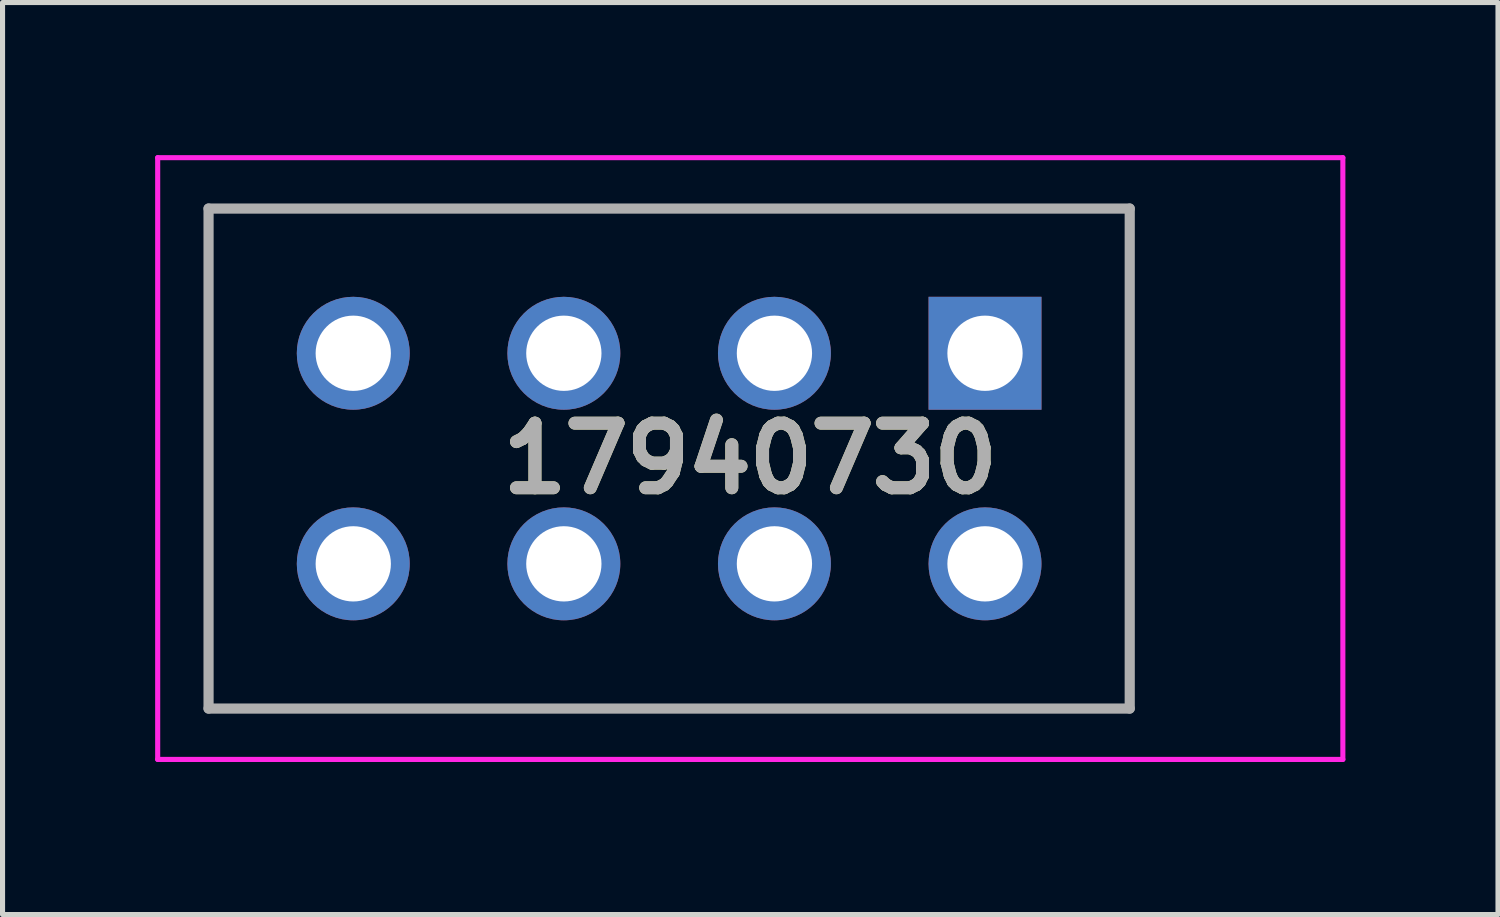
<source format=kicad_pcb>
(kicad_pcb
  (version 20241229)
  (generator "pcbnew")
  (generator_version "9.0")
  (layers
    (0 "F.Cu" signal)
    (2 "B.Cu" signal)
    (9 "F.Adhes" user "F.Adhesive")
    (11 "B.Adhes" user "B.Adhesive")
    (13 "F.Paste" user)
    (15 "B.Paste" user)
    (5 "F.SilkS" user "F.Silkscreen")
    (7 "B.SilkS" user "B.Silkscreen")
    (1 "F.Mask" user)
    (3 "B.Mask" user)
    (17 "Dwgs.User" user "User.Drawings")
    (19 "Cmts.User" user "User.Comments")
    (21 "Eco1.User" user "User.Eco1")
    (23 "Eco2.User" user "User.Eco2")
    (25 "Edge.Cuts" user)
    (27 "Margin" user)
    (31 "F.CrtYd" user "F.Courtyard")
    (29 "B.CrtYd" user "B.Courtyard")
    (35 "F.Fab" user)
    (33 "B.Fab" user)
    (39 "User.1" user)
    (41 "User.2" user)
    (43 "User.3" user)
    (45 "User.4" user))
  (footprint "17940730"
    (layer "F.Cu")
    (at 16.315 3.965)
    (property "Reference" "17940730" (at -4.615 2 0) (layer "F.SilkS") (effects (font (size 1.27 1.27) (thickness 0.254))))
    (attr through_hole)
    (fp_line (start -15.265 -2.915) (end -15.265 6.915) (stroke (width 0.1) (type solid)) (layer "F.SilkS"))
    (fp_line (start -15.265 6.915) (end 2.845 6.915) (stroke (width 0.1) (type solid)) (layer "F.SilkS"))
    (fp_line (start -15.21 -2.915) (end -15.265 -2.915) (stroke (width 0.1) (type solid)) (layer "F.SilkS"))
    (fp_line (start 2.845 -2.915) (end -15.21 -2.915) (stroke (width 0.1) (type solid)) (layer "F.SilkS"))
    (fp_line (start 2.845 -1) (end 2.845 -2.915) (stroke (width 0.1) (type solid)) (layer "F.SilkS"))
    (fp_line (start 2.845 6.915) (end 2.845 1) (stroke (width 0.1) (type solid)) (layer "F.SilkS"))
    (fp_line (start -16.265 -3.915) (end 7.035 -3.915) (stroke (width 0.1) (type solid)) (layer "F.CrtYd"))
    (fp_line (start -16.265 7.915) (end -16.265 -3.915) (stroke (width 0.1) (type solid)) (layer "F.CrtYd"))
    (fp_line (start 7.035 -3.915) (end 7.035 7.915) (stroke (width 0.1) (type solid)) (layer "F.CrtYd"))
    (fp_line (start 7.035 7.915) (end -16.265 7.915) (stroke (width 0.1) (type solid)) (layer "F.CrtYd"))
    (fp_line (start -15.265 -2.915) (end 2.845 -2.915) (stroke (width 0.2) (type solid)) (layer "F.Fab"))
    (fp_line (start -15.265 6.915) (end -15.265 -2.915) (stroke (width 0.2) (type solid)) (layer "F.Fab"))
    (fp_line (start 2.845 -2.915) (end 2.845 6.915) (stroke (width 0.2) (type solid)) (layer "F.Fab"))
    (fp_line (start 2.845 6.915) (end -15.265 6.915) (stroke (width 0.2) (type solid)) (layer "F.Fab"))
    (fp_text user "${REFERENCE}" (at -4.615 2 0) (layer "F.Fab") (effects (font (size 1.27 1.27) (thickness 0.254))))
    (pad "" np_thru_hole circle (at 4.45 -0.07) (size 0.001 0.001) (drill 3.17) (layers "*.Cu" "*.Mask"))
    (pad "1" thru_hole rect (at 0 -0.07) (size 2.22 2.22) (drill 1.48) (layers "*.Cu" "*.Mask"))
    (pad "2" thru_hole circle (at -4.14 -0.07) (size 2.22 2.22) (drill 1.48) (layers "*.Cu" "*.Mask"))
    (pad "3" thru_hole circle (at -8.28 -0.07) (size 2.22 2.22) (drill 1.48) (layers "*.Cu" "*.Mask"))
    (pad "4" thru_hole circle (at -12.42 -0.07) (size 2.22 2.22) (drill 1.48) (layers "*.Cu" "*.Mask"))
    (pad "5" thru_hole circle (at 0 4.07) (size 2.22 2.22) (drill 1.48) (layers "*.Cu" "*.Mask"))
    (pad "6" thru_hole circle (at -4.14 4.07) (size 2.22 2.22) (drill 1.48) (layers "*.Cu" "*.Mask"))
    (pad "7" thru_hole circle (at -8.28 4.07) (size 2.22 2.22) (drill 1.48) (layers "*.Cu" "*.Mask"))
    (pad "8" thru_hole circle (at -12.42 4.07) (size 2.22 2.22) (drill 1.48) (layers "*.Cu" "*.Mask")))
  (gr_rect
    (start -3 -3)
    (end 26.4 14.93)
    (stroke (width 0.1) (type default))
    (fill no)
    (layer "Edge.Cuts")))
</source>
